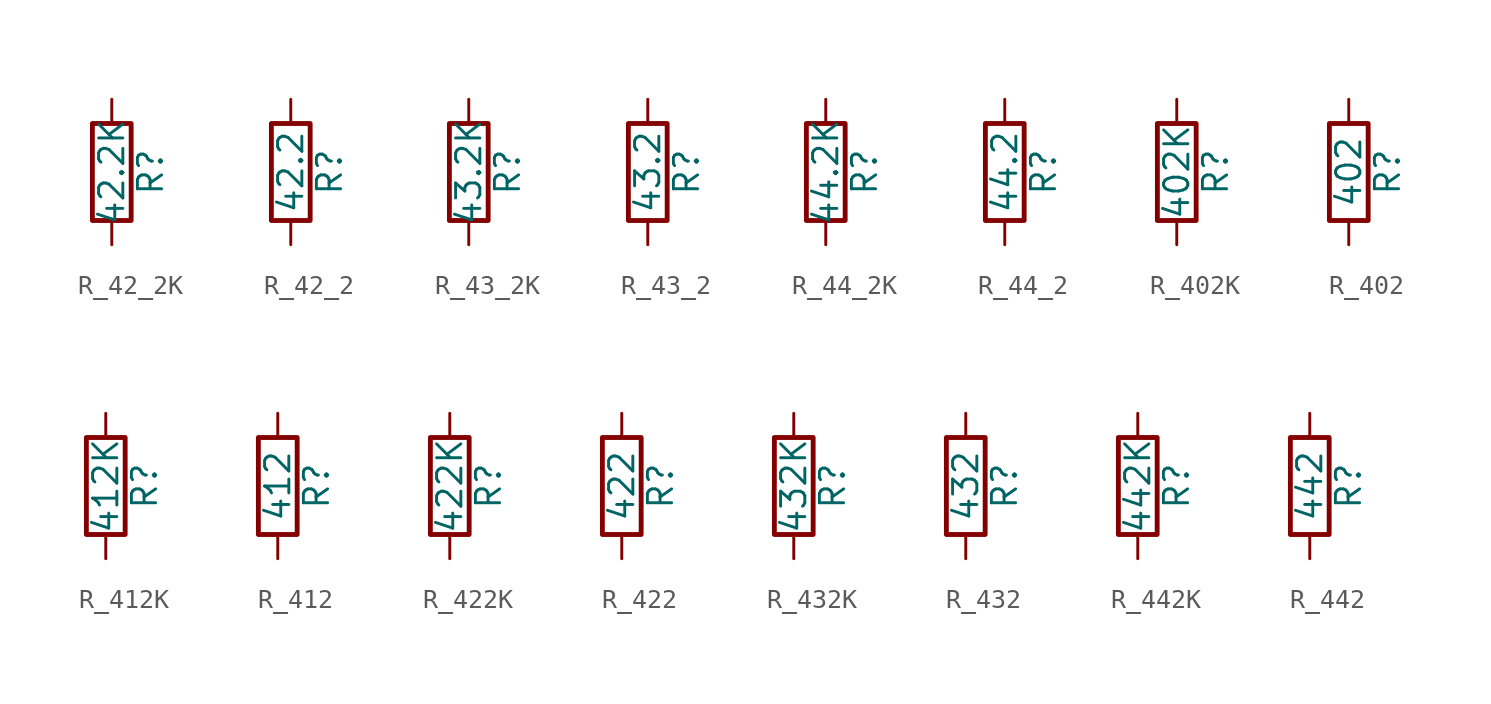
<source format=kicad_sym>
(kicad_symbol_lib
  (version 20211014)
  (generator atlantix-eda)
  (symbol "R_42_2K"
    (pin_numbers hide)
    (pin_names
      (offset 0))
    (property "Reference" "R"
      (at 2.032 0 90)
      (effects (font (size 1.27 1.27))))
    (property "Value" "42.2K"
      (at 0 0 90)
      (effects (font (size 1.27 1.27))))
    (symbol "R_42_2K_0_1"
      (rectangle (start -1.016 -2.54) (end 1.016 2.54) (stroke (width 0.254) (type default) (color 0 0 0 0)) (fill (type none))))
    (symbol "R_42_2K_1_1"
      (pin passive line (at 0 3.81 270) (length 1.27) (name "~" (effects (font (size 1.27 1.27)))) (number "1" (effects (font (size 1.27 1.27)))))
      (pin passive line (at 0 -3.81 90) (length 1.27) (name "~" (effects (font (size 1.27 1.27)))) (number "2" (effects (font (size 1.27 1.27)))))))
  (symbol "R_42_2"
    (pin_numbers hide)
    (pin_names
      (offset 0))
    (property "Reference" "R"
      (at 2.032 0 90)
      (effects (font (size 1.27 1.27))))
    (property "Value" "42.2"
      (at 0 0 90)
      (effects (font (size 1.27 1.27))))
    (symbol "R_42_2_0_1"
      (rectangle (start -1.016 -2.54) (end 1.016 2.54) (stroke (width 0.254) (type default) (color 0 0 0 0)) (fill (type none))))
    (symbol "R_42_2_1_1"
      (pin passive line (at 0 3.81 270) (length 1.27) (name "~" (effects (font (size 1.27 1.27)))) (number "1" (effects (font (size 1.27 1.27)))))
      (pin passive line (at 0 -3.81 90) (length 1.27) (name "~" (effects (font (size 1.27 1.27)))) (number "2" (effects (font (size 1.27 1.27)))))))
  (symbol "R_43_2K"
    (pin_numbers hide)
    (pin_names
      (offset 0))
    (property "Reference" "R"
      (at 2.032 0 90)
      (effects (font (size 1.27 1.27))))
    (property "Value" "43.2K"
      (at 0 0 90)
      (effects (font (size 1.27 1.27))))
    (symbol "R_43_2K_0_1"
      (rectangle (start -1.016 -2.54) (end 1.016 2.54) (stroke (width 0.254) (type default) (color 0 0 0 0)) (fill (type none))))
    (symbol "R_43_2K_1_1"
      (pin passive line (at 0 3.81 270) (length 1.27) (name "~" (effects (font (size 1.27 1.27)))) (number "1" (effects (font (size 1.27 1.27)))))
      (pin passive line (at 0 -3.81 90) (length 1.27) (name "~" (effects (font (size 1.27 1.27)))) (number "2" (effects (font (size 1.27 1.27)))))))
  (symbol "R_43_2"
    (pin_numbers hide)
    (pin_names
      (offset 0))
    (property "Reference" "R"
      (at 2.032 0 90)
      (effects (font (size 1.27 1.27))))
    (property "Value" "43.2"
      (at 0 0 90)
      (effects (font (size 1.27 1.27))))
    (symbol "R_43_2_0_1"
      (rectangle (start -1.016 -2.54) (end 1.016 2.54) (stroke (width 0.254) (type default) (color 0 0 0 0)) (fill (type none))))
    (symbol "R_43_2_1_1"
      (pin passive line (at 0 3.81 270) (length 1.27) (name "~" (effects (font (size 1.27 1.27)))) (number "1" (effects (font (size 1.27 1.27)))))
      (pin passive line (at 0 -3.81 90) (length 1.27) (name "~" (effects (font (size 1.27 1.27)))) (number "2" (effects (font (size 1.27 1.27)))))))
  (symbol "R_44_2K"
    (pin_numbers hide)
    (pin_names
      (offset 0))
    (property "Reference" "R"
      (at 2.032 0 90)
      (effects (font (size 1.27 1.27))))
    (property "Value" "44.2K"
      (at 0 0 90)
      (effects (font (size 1.27 1.27))))
    (symbol "R_44_2K_0_1"
      (rectangle (start -1.016 -2.54) (end 1.016 2.54) (stroke (width 0.254) (type default) (color 0 0 0 0)) (fill (type none))))
    (symbol "R_44_2K_1_1"
      (pin passive line (at 0 3.81 270) (length 1.27) (name "~" (effects (font (size 1.27 1.27)))) (number "1" (effects (font (size 1.27 1.27)))))
      (pin passive line (at 0 -3.81 90) (length 1.27) (name "~" (effects (font (size 1.27 1.27)))) (number "2" (effects (font (size 1.27 1.27)))))))
  (symbol "R_44_2"
    (pin_numbers hide)
    (pin_names
      (offset 0))
    (property "Reference" "R"
      (at 2.032 0 90)
      (effects (font (size 1.27 1.27))))
    (property "Value" "44.2"
      (at 0 0 90)
      (effects (font (size 1.27 1.27))))
    (symbol "R_44_2_0_1"
      (rectangle (start -1.016 -2.54) (end 1.016 2.54) (stroke (width 0.254) (type default) (color 0 0 0 0)) (fill (type none))))
    (symbol "R_44_2_1_1"
      (pin passive line (at 0 3.81 270) (length 1.27) (name "~" (effects (font (size 1.27 1.27)))) (number "1" (effects (font (size 1.27 1.27)))))
      (pin passive line (at 0 -3.81 90) (length 1.27) (name "~" (effects (font (size 1.27 1.27)))) (number "2" (effects (font (size 1.27 1.27)))))))
  (symbol "R_402K"
    (pin_numbers hide)
    (pin_names
      (offset 0))
    (property "Reference" "R"
      (at 2.032 0 90)
      (effects (font (size 1.27 1.27))))
    (property "Value" "402K"
      (at 0 0 90)
      (effects (font (size 1.27 1.27))))
    (symbol "R_402K_0_1"
      (rectangle (start -1.016 -2.54) (end 1.016 2.54) (stroke (width 0.254) (type default) (color 0 0 0 0)) (fill (type none))))
    (symbol "R_402K_1_1"
      (pin passive line (at 0 3.81 270) (length 1.27) (name "~" (effects (font (size 1.27 1.27)))) (number "1" (effects (font (size 1.27 1.27)))))
      (pin passive line (at 0 -3.81 90) (length 1.27) (name "~" (effects (font (size 1.27 1.27)))) (number "2" (effects (font (size 1.27 1.27)))))))
  (symbol "R_402"
    (pin_numbers hide)
    (pin_names
      (offset 0))
    (property "Reference" "R"
      (at 2.032 0 90)
      (effects (font (size 1.27 1.27))))
    (property "Value" "402"
      (at 0 0 90)
      (effects (font (size 1.27 1.27))))
    (symbol "R_402_0_1"
      (rectangle (start -1.016 -2.54) (end 1.016 2.54) (stroke (width 0.254) (type default) (color 0 0 0 0)) (fill (type none))))
    (symbol "R_402_1_1"
      (pin passive line (at 0 3.81 270) (length 1.27) (name "~" (effects (font (size 1.27 1.27)))) (number "1" (effects (font (size 1.27 1.27)))))
      (pin passive line (at 0 -3.81 90) (length 1.27) (name "~" (effects (font (size 1.27 1.27)))) (number "2" (effects (font (size 1.27 1.27)))))))
  (symbol "R_412K"
    (pin_numbers hide)
    (pin_names
      (offset 0))
    (property "Reference" "R"
      (at 2.032 0 90)
      (effects (font (size 1.27 1.27))))
    (property "Value" "412K"
      (at 0 0 90)
      (effects (font (size 1.27 1.27))))
    (symbol "R_412K_0_1"
      (rectangle (start -1.016 -2.54) (end 1.016 2.54) (stroke (width 0.254) (type default) (color 0 0 0 0)) (fill (type none))))
    (symbol "R_412K_1_1"
      (pin passive line (at 0 3.81 270) (length 1.27) (name "~" (effects (font (size 1.27 1.27)))) (number "1" (effects (font (size 1.27 1.27)))))
      (pin passive line (at 0 -3.81 90) (length 1.27) (name "~" (effects (font (size 1.27 1.27)))) (number "2" (effects (font (size 1.27 1.27)))))))
  (symbol "R_412"
    (pin_numbers hide)
    (pin_names
      (offset 0))
    (property "Reference" "R"
      (at 2.032 0 90)
      (effects (font (size 1.27 1.27))))
    (property "Value" "412"
      (at 0 0 90)
      (effects (font (size 1.27 1.27))))
    (symbol "R_412_0_1"
      (rectangle (start -1.016 -2.54) (end 1.016 2.54) (stroke (width 0.254) (type default) (color 0 0 0 0)) (fill (type none))))
    (symbol "R_412_1_1"
      (pin passive line (at 0 3.81 270) (length 1.27) (name "~" (effects (font (size 1.27 1.27)))) (number "1" (effects (font (size 1.27 1.27)))))
      (pin passive line (at 0 -3.81 90) (length 1.27) (name "~" (effects (font (size 1.27 1.27)))) (number "2" (effects (font (size 1.27 1.27)))))))
  (symbol "R_422K"
    (pin_numbers hide)
    (pin_names
      (offset 0))
    (property "Reference" "R"
      (at 2.032 0 90)
      (effects (font (size 1.27 1.27))))
    (property "Value" "422K"
      (at 0 0 90)
      (effects (font (size 1.27 1.27))))
    (symbol "R_422K_0_1"
      (rectangle (start -1.016 -2.54) (end 1.016 2.54) (stroke (width 0.254) (type default) (color 0 0 0 0)) (fill (type none))))
    (symbol "R_422K_1_1"
      (pin passive line (at 0 3.81 270) (length 1.27) (name "~" (effects (font (size 1.27 1.27)))) (number "1" (effects (font (size 1.27 1.27)))))
      (pin passive line (at 0 -3.81 90) (length 1.27) (name "~" (effects (font (size 1.27 1.27)))) (number "2" (effects (font (size 1.27 1.27)))))))
  (symbol "R_422"
    (pin_numbers hide)
    (pin_names
      (offset 0))
    (property "Reference" "R"
      (at 2.032 0 90)
      (effects (font (size 1.27 1.27))))
    (property "Value" "422"
      (at 0 0 90)
      (effects (font (size 1.27 1.27))))
    (symbol "R_422_0_1"
      (rectangle (start -1.016 -2.54) (end 1.016 2.54) (stroke (width 0.254) (type default) (color 0 0 0 0)) (fill (type none))))
    (symbol "R_422_1_1"
      (pin passive line (at 0 3.81 270) (length 1.27) (name "~" (effects (font (size 1.27 1.27)))) (number "1" (effects (font (size 1.27 1.27)))))
      (pin passive line (at 0 -3.81 90) (length 1.27) (name "~" (effects (font (size 1.27 1.27)))) (number "2" (effects (font (size 1.27 1.27)))))))
  (symbol "R_432K"
    (pin_numbers hide)
    (pin_names
      (offset 0))
    (property "Reference" "R"
      (at 2.032 0 90)
      (effects (font (size 1.27 1.27))))
    (property "Value" "432K"
      (at 0 0 90)
      (effects (font (size 1.27 1.27))))
    (symbol "R_432K_0_1"
      (rectangle (start -1.016 -2.54) (end 1.016 2.54) (stroke (width 0.254) (type default) (color 0 0 0 0)) (fill (type none))))
    (symbol "R_432K_1_1"
      (pin passive line (at 0 3.81 270) (length 1.27) (name "~" (effects (font (size 1.27 1.27)))) (number "1" (effects (font (size 1.27 1.27)))))
      (pin passive line (at 0 -3.81 90) (length 1.27) (name "~" (effects (font (size 1.27 1.27)))) (number "2" (effects (font (size 1.27 1.27)))))))
  (symbol "R_432"
    (pin_numbers hide)
    (pin_names
      (offset 0))
    (property "Reference" "R"
      (at 2.032 0 90)
      (effects (font (size 1.27 1.27))))
    (property "Value" "432"
      (at 0 0 90)
      (effects (font (size 1.27 1.27))))
    (symbol "R_432_0_1"
      (rectangle (start -1.016 -2.54) (end 1.016 2.54) (stroke (width 0.254) (type default) (color 0 0 0 0)) (fill (type none))))
    (symbol "R_432_1_1"
      (pin passive line (at 0 3.81 270) (length 1.27) (name "~" (effects (font (size 1.27 1.27)))) (number "1" (effects (font (size 1.27 1.27)))))
      (pin passive line (at 0 -3.81 90) (length 1.27) (name "~" (effects (font (size 1.27 1.27)))) (number "2" (effects (font (size 1.27 1.27)))))))
  (symbol "R_442K"
    (pin_numbers hide)
    (pin_names
      (offset 0))
    (property "Reference" "R"
      (at 2.032 0 90)
      (effects (font (size 1.27 1.27))))
    (property "Value" "442K"
      (at 0 0 90)
      (effects (font (size 1.27 1.27))))
    (symbol "R_442K_0_1"
      (rectangle (start -1.016 -2.54) (end 1.016 2.54) (stroke (width 0.254) (type default) (color 0 0 0 0)) (fill (type none))))
    (symbol "R_442K_1_1"
      (pin passive line (at 0 3.81 270) (length 1.27) (name "~" (effects (font (size 1.27 1.27)))) (number "1" (effects (font (size 1.27 1.27)))))
      (pin passive line (at 0 -3.81 90) (length 1.27) (name "~" (effects (font (size 1.27 1.27)))) (number "2" (effects (font (size 1.27 1.27)))))))
  (symbol "R_442"
    (pin_numbers hide)
    (pin_names
      (offset 0))
    (property "Reference" "R"
      (at 2.032 0 90)
      (effects (font (size 1.27 1.27))))
    (property "Value" "442"
      (at 0 0 90)
      (effects (font (size 1.27 1.27))))
    (symbol "R_442_0_1"
      (rectangle (start -1.016 -2.54) (end 1.016 2.54) (stroke (width 0.254) (type default) (color 0 0 0 0)) (fill (type none))))
    (symbol "R_442_1_1"
      (pin passive line (at 0 3.81 270) (length 1.27) (name "~" (effects (font (size 1.27 1.27)))) (number "1" (effects (font (size 1.27 1.27)))))
      (pin passive line (at 0 -3.81 90) (length 1.27) (name "~" (effects (font (size 1.27 1.27)))) (number "2" (effects (font (size 1.27 1.27))))))))
</source>
